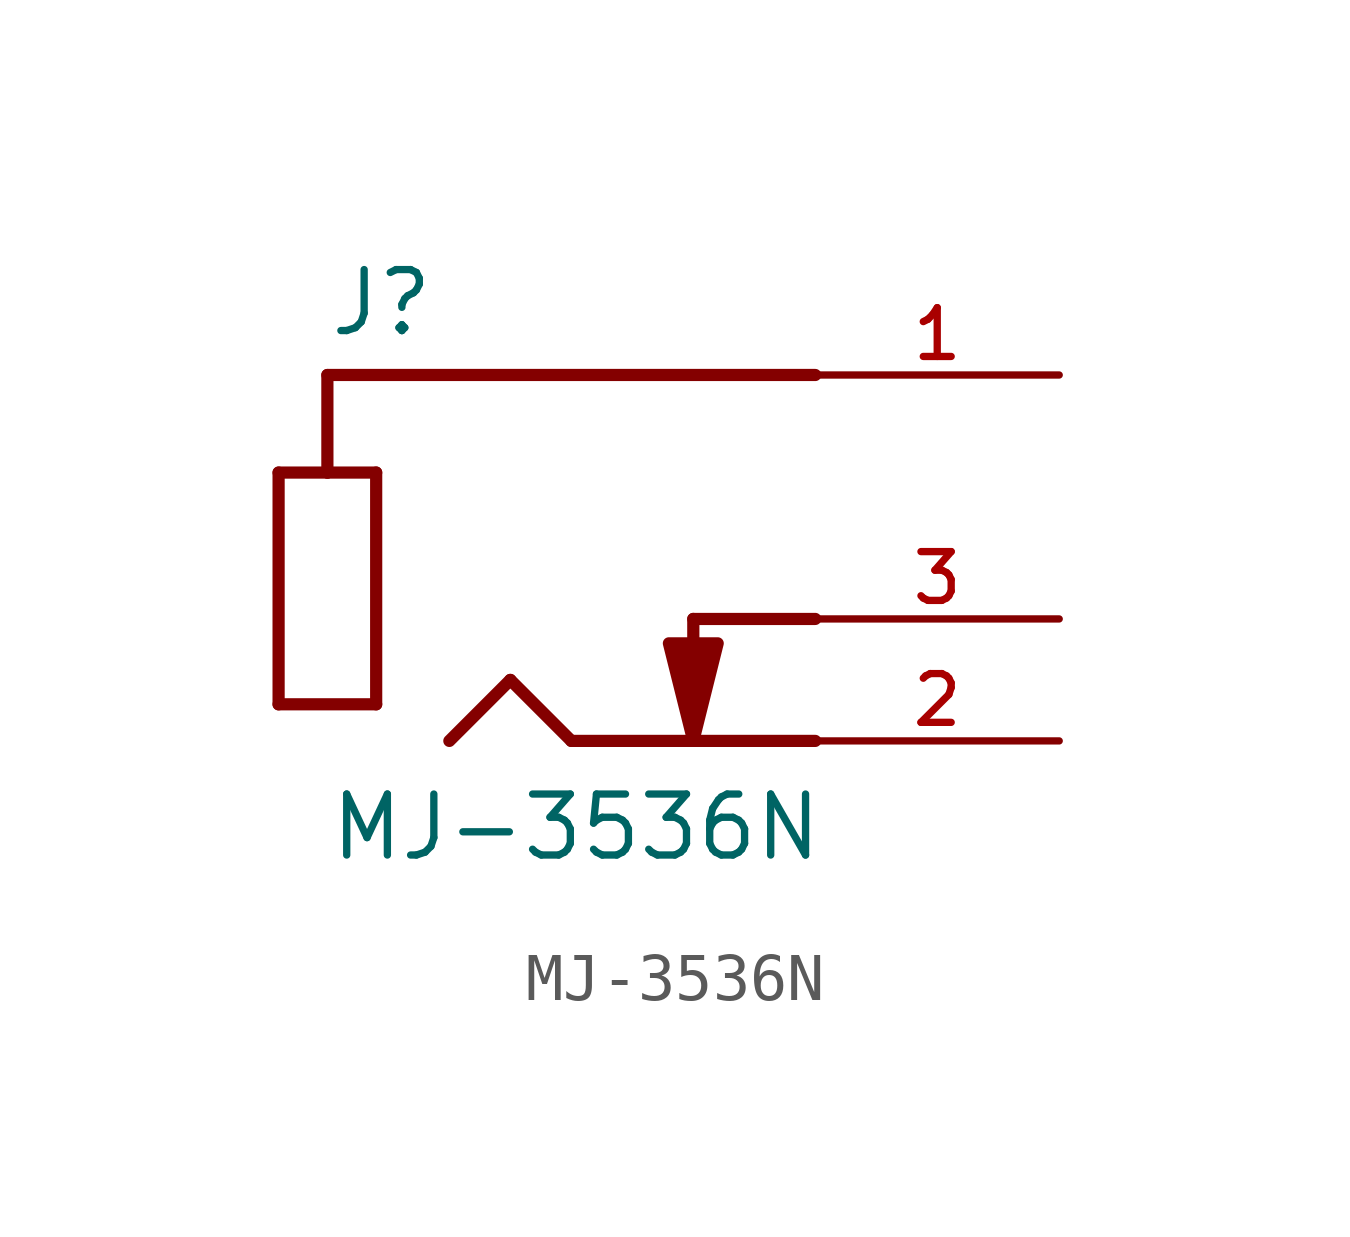
<source format=kicad_sym>
(kicad_symbol_lib
  (version 20211014)
  (generator kicad_symbol_editor)
  (symbol "MJ-3536N"
    (pin_names
      (offset 1.016))
    (property "Reference" "J"
      (at -5.08 5.842 0)
      (effects (font (size 1.27 1.27)) (justify bottom left)))
    (property "Value" "MJ-3536N"
      (at -5.08 -5.08 0)
      (effects (font (size 1.27 1.27)) (justify bottom left)))
    (symbol "MJ-3536N_0_0"
      (polyline (pts (xy -6.096 3.048) (xy -6.096 -1.778)) (stroke (width 0.254)))
      (polyline (pts (xy -6.096 -1.778) (xy -4.064 -1.778)) (stroke (width 0.254)))
      (polyline (pts (xy -4.064 -1.778) (xy -4.064 3.048)) (stroke (width 0.254)))
      (polyline (pts (xy -4.064 3.048) (xy -5.08 3.048)) (stroke (width 0.254)))
      (polyline (pts (xy -5.08 3.048) (xy -6.096 3.048)) (stroke (width 0.254)))
      (polyline (pts (xy -5.08 3.048) (xy -5.08 5.08)) (stroke (width 0.254)))
      (polyline (pts (xy -5.08 5.08) (xy 5.08 5.08)) (stroke (width 0.254)))
      (polyline (pts (xy -2.54 -2.54) (xy -1.27 -1.27)) (stroke (width 0.254)))
      (polyline (pts (xy -1.27 -1.27) (xy 0.0 -2.54)) (stroke (width 0.254)))
      (polyline (pts (xy 0.0 -2.54) (xy 5.08 -2.54)) (stroke (width 0.254)))
      (polyline (pts (xy 3.048 -0.508) (xy 2.032 -0.508) (xy 2.54 -2.54) (xy 3.048 -0.508)) (stroke (width 0.254)) (fill (type outline)))
      (polyline (pts (xy 5.08 0.0) (xy 2.54 0.0)) (stroke (width 0.254)))
      (polyline (pts (xy 2.54 0.0) (xy 2.54 -1.27)) (stroke (width 0.254)))
      (pin passive line (at 10.16 5.08 180.0) (length 5.08) (name "~" (effects (font (size 1.016 1.016)))) (number "1" (effects (font (size 1.016 1.016)))))
      (pin passive line (at 10.16 -2.54 180.0) (length 5.08) (name "~" (effects (font (size 1.016 1.016)))) (number "2" (effects (font (size 1.016 1.016)))))
      (pin passive line (at 10.16 0.0 180.0) (length 5.08) (name "~" (effects (font (size 1.016 1.016)))) (number "3" (effects (font (size 1.016 1.016))))))))
</source>
